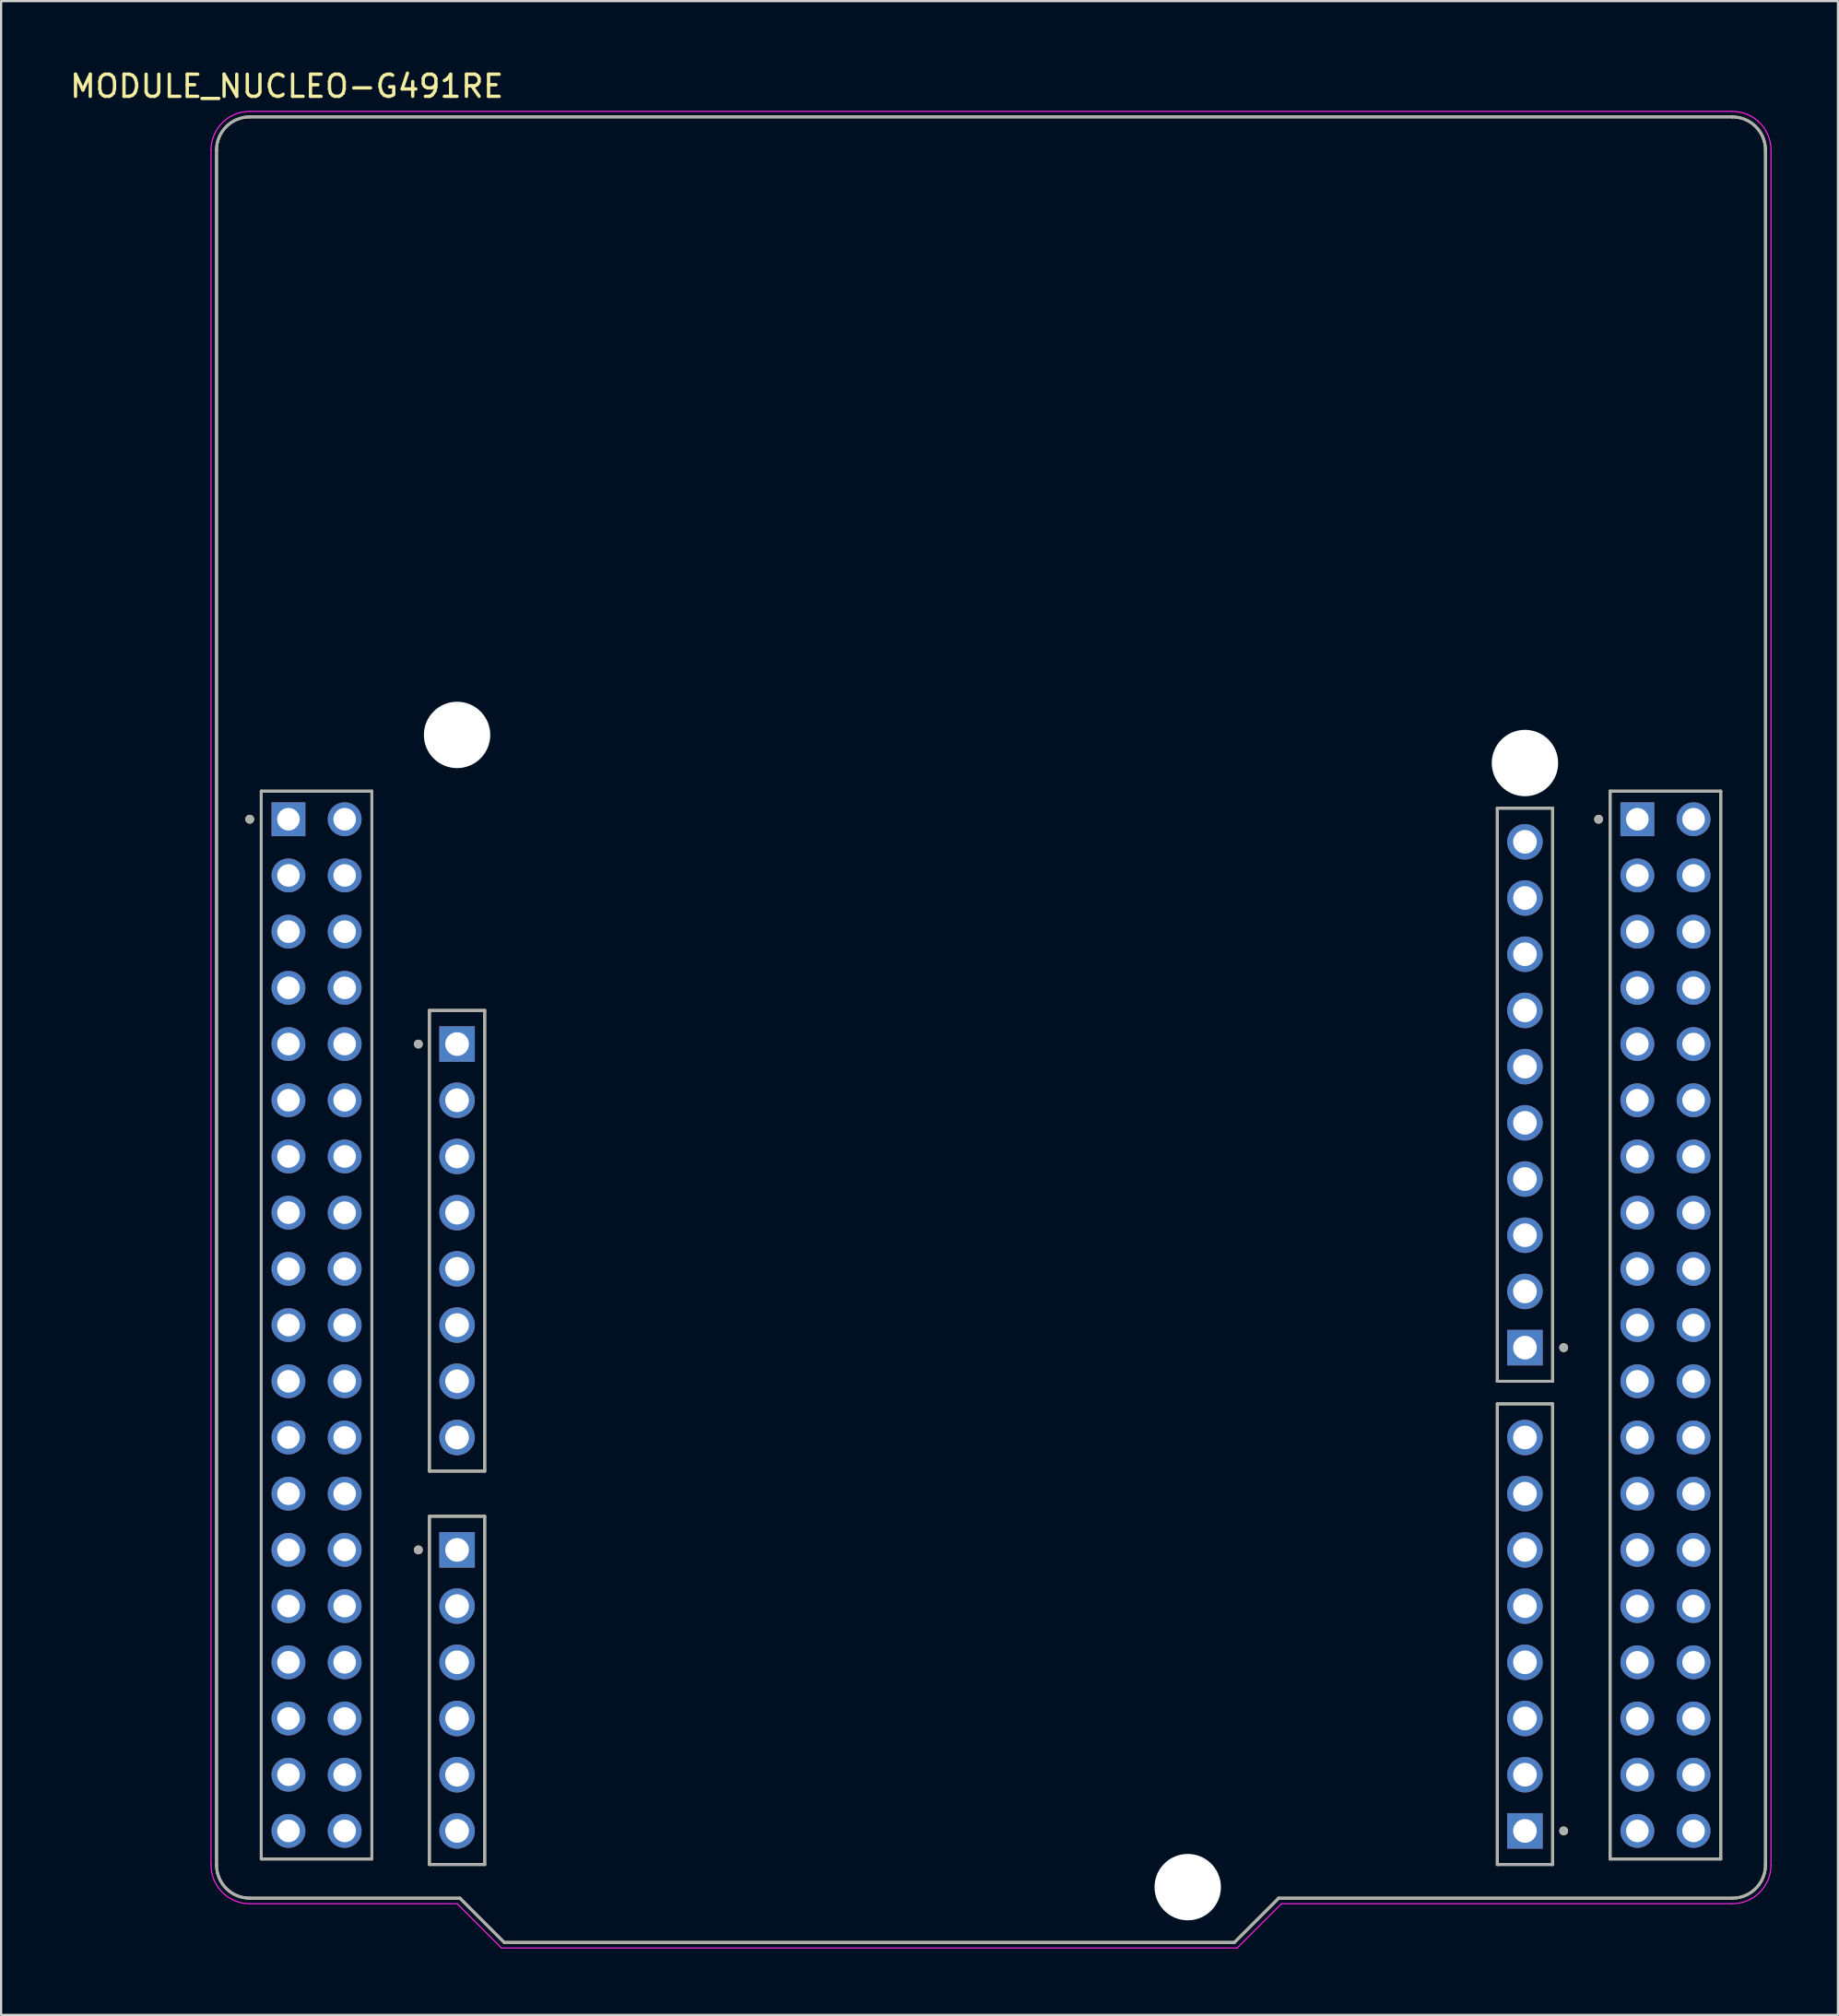
<source format=kicad_pcb>
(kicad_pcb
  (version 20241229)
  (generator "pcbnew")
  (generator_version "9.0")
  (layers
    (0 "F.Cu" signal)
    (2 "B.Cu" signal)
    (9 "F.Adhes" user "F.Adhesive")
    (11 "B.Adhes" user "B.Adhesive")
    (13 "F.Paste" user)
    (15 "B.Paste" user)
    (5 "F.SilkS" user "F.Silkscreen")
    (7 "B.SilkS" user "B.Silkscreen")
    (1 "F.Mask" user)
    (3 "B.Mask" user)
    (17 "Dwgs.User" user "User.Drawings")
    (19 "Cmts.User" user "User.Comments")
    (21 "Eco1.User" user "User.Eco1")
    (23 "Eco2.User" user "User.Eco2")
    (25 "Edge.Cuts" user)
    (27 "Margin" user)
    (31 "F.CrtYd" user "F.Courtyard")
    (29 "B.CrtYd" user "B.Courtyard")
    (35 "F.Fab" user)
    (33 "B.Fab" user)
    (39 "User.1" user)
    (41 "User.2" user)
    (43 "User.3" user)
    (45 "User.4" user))
  (footprint "MODULE_NUCLEO-G491RE"
    (layer "F.Cu")
    (at 41.736 43.483)
    (property "Reference" "MODULE_NUCLEO-G491RE" (at -31.825 -42.635 0) (layer "F.SilkS") (effects (font (size 1 1) (thickness 0.15))))
    (attr through_hole)
    (fp_line (start -35 37.75) (end -35 -39.75) (stroke (width 0.127) (type solid)) (layer "F.SilkS"))
    (fp_line (start -33.5 -41.25) (end 33.5 -41.25) (stroke (width 0.127) (type solid)) (layer "F.SilkS"))
    (fp_line (start -32.98 -10.78) (end -32.98 37.48) (stroke (width 0.127) (type solid)) (layer "F.SilkS"))
    (fp_line (start -32.98 37.48) (end -27.98 37.48) (stroke (width 0.127) (type solid)) (layer "F.SilkS"))
    (fp_line (start -27.98 -10.78) (end -32.98 -10.78) (stroke (width 0.127) (type solid)) (layer "F.SilkS"))
    (fp_line (start -27.98 37.48) (end -27.98 -10.78) (stroke (width 0.127) (type solid)) (layer "F.SilkS"))
    (fp_line (start -25.38 -0.87) (end -25.38 19.95) (stroke (width 0.127) (type solid)) (layer "F.SilkS"))
    (fp_line (start -25.38 19.95) (end -22.88 19.95) (stroke (width 0.127) (type solid)) (layer "F.SilkS"))
    (fp_line (start -25.38 21.99) (end -25.38 37.73) (stroke (width 0.127) (type solid)) (layer "F.SilkS"))
    (fp_line (start -25.38 37.73) (end -22.88 37.73) (stroke (width 0.127) (type solid)) (layer "F.SilkS"))
    (fp_line (start -24 39.25) (end -33.5 39.25) (stroke (width 0.127) (type solid)) (layer "F.SilkS"))
    (fp_line (start -22.88 -0.87) (end -25.38 -0.87) (stroke (width 0.127) (type solid)) (layer "F.SilkS"))
    (fp_line (start -22.88 19.95) (end -22.88 -0.87) (stroke (width 0.127) (type solid)) (layer "F.SilkS"))
    (fp_line (start -22.88 21.99) (end -25.38 21.99) (stroke (width 0.127) (type solid)) (layer "F.SilkS"))
    (fp_line (start -22.88 37.73) (end -22.88 21.99) (stroke (width 0.127) (type solid)) (layer "F.SilkS"))
    (fp_line (start -22 41.25) (end -24 39.25) (stroke (width 0.127) (type solid)) (layer "F.SilkS"))
    (fp_line (start 11 41.25) (end -22 41.25) (stroke (width 0.127) (type solid)) (layer "F.SilkS"))
    (fp_line (start 13 39.25) (end 11 41.25) (stroke (width 0.127) (type solid)) (layer "F.SilkS"))
    (fp_line (start 22.88 -10.01) (end 22.88 15.89) (stroke (width 0.127) (type solid)) (layer "F.SilkS"))
    (fp_line (start 22.88 15.89) (end 25.38 15.89) (stroke (width 0.127) (type solid)) (layer "F.SilkS"))
    (fp_line (start 22.88 16.91) (end 22.88 37.73) (stroke (width 0.127) (type solid)) (layer "F.SilkS"))
    (fp_line (start 22.88 37.73) (end 25.38 37.73) (stroke (width 0.127) (type solid)) (layer "F.SilkS"))
    (fp_line (start 25.38 -10.01) (end 22.88 -10.01) (stroke (width 0.127) (type solid)) (layer "F.SilkS"))
    (fp_line (start 25.38 15.89) (end 25.38 -10.01) (stroke (width 0.127) (type solid)) (layer "F.SilkS"))
    (fp_line (start 25.38 16.91) (end 22.88 16.91) (stroke (width 0.127) (type solid)) (layer "F.SilkS"))
    (fp_line (start 25.38 37.73) (end 25.38 16.91) (stroke (width 0.127) (type solid)) (layer "F.SilkS"))
    (fp_line (start 27.98 -10.78) (end 27.98 37.48) (stroke (width 0.127) (type solid)) (layer "F.SilkS"))
    (fp_line (start 27.98 37.48) (end 32.98 37.48) (stroke (width 0.127) (type solid)) (layer "F.SilkS"))
    (fp_line (start 32.98 -10.78) (end 27.98 -10.78) (stroke (width 0.127) (type solid)) (layer "F.SilkS"))
    (fp_line (start 32.98 37.48) (end 32.98 -10.78) (stroke (width 0.127) (type solid)) (layer "F.SilkS"))
    (fp_line (start 33.5 39.25) (end 13 39.25) (stroke (width 0.127) (type solid)) (layer "F.SilkS"))
    (fp_line (start 35 -39.75) (end 35 37.75) (stroke (width 0.127) (type solid)) (layer "F.SilkS"))
    (fp_arc (start -35 -39.75) (mid -34.56066 -40.81066) (end -33.5 -41.25) (stroke (width 0.127) (type solid)) (layer "F.SilkS"))
    (fp_arc (start -33.5 39.25) (mid -34.56066 38.81066) (end -35 37.75) (stroke (width 0.127) (type solid)) (layer "F.SilkS"))
    (fp_arc (start 33.5 -41.25) (mid 34.56066 -40.81066) (end 35 -39.75) (stroke (width 0.127) (type solid)) (layer "F.SilkS"))
    (fp_arc (start 35 37.75) (mid 34.56066 38.81066) (end 33.5 39.25) (stroke (width 0.127) (type solid)) (layer "F.SilkS"))
    (fp_circle (center -33.5 -9.51) (end -33.4 -9.51) (stroke (width 0.2) (type solid)) (fill no) (layer "F.SilkS"))
    (fp_circle (center -25.88 0.65) (end -25.78 0.65) (stroke (width 0.2) (type solid)) (fill no) (layer "F.SilkS"))
    (fp_circle (center -25.88 23.51) (end -25.78 23.51) (stroke (width 0.2) (type solid)) (fill no) (layer "F.SilkS"))
    (fp_circle (center 25.88 14.37) (end 25.98 14.37) (stroke (width 0.2) (type solid)) (fill no) (layer "F.SilkS"))
    (fp_circle (center 25.88 36.21) (end 25.98 36.21) (stroke (width 0.2) (type solid)) (fill no) (layer "F.SilkS"))
    (fp_circle (center 27.46 -9.51) (end 27.56 -9.51) (stroke (width 0.2) (type solid)) (fill no) (layer "F.SilkS"))
    (fp_line (start -35.25 37.75) (end -35.25 -39.75) (stroke (width 0.05) (type solid)) (layer "F.CrtYd"))
    (fp_line (start -33.5 -41.5) (end 33.5 -41.5) (stroke (width 0.05) (type solid)) (layer "F.CrtYd"))
    (fp_line (start -24.125 39.5) (end -33.5 39.5) (stroke (width 0.05) (type solid)) (layer "F.CrtYd"))
    (fp_line (start -22.125 41.5) (end -24.125 39.5) (stroke (width 0.05) (type solid)) (layer "F.CrtYd"))
    (fp_line (start 11.125 41.5) (end -22.125 41.5) (stroke (width 0.05) (type solid)) (layer "F.CrtYd"))
    (fp_line (start 13.125 39.5) (end 11.125 41.5) (stroke (width 0.05) (type solid)) (layer "F.CrtYd"))
    (fp_line (start 33.5 39.5) (end 13.125 39.5) (stroke (width 0.05) (type solid)) (layer "F.CrtYd"))
    (fp_line (start 35.25 -39.75) (end 35.25 37.75) (stroke (width 0.05) (type solid)) (layer "F.CrtYd"))
    (fp_arc (start -35.25 -39.75) (mid -34.737437 -40.987437) (end -33.5 -41.5) (stroke (width 0.05) (type solid)) (layer "F.CrtYd"))
    (fp_arc (start -33.5 39.5) (mid -34.737437 38.987437) (end -35.25 37.75) (stroke (width 0.05) (type solid)) (layer "F.CrtYd"))
    (fp_arc (start 33.5 -41.5) (mid 34.737437 -40.987437) (end 35.25 -39.75) (stroke (width 0.05) (type solid)) (layer "F.CrtYd"))
    (fp_arc (start 35.25 37.75) (mid 34.737437 38.987437) (end 33.5 39.5) (stroke (width 0.05) (type solid)) (layer "F.CrtYd"))
    (fp_line (start -35 37.75) (end -35 -39.75) (stroke (width 0.127) (type solid)) (layer "F.Fab"))
    (fp_line (start -33.5 -41.25) (end 33.5 -41.25) (stroke (width 0.127) (type solid)) (layer "F.Fab"))
    (fp_line (start -32.98 -10.78) (end -32.98 37.48) (stroke (width 0.127) (type solid)) (layer "F.Fab"))
    (fp_line (start -32.98 37.48) (end -27.98 37.48) (stroke (width 0.127) (type solid)) (layer "F.Fab"))
    (fp_line (start -27.98 -10.78) (end -32.98 -10.78) (stroke (width 0.127) (type solid)) (layer "F.Fab"))
    (fp_line (start -27.98 37.48) (end -27.98 -10.78) (stroke (width 0.127) (type solid)) (layer "F.Fab"))
    (fp_line (start -25.38 -0.87) (end -25.38 19.95) (stroke (width 0.127) (type solid)) (layer "F.Fab"))
    (fp_line (start -25.38 19.95) (end -22.88 19.95) (stroke (width 0.127) (type solid)) (layer "F.Fab"))
    (fp_line (start -25.38 21.99) (end -25.38 37.73) (stroke (width 0.127) (type solid)) (layer "F.Fab"))
    (fp_line (start -25.38 37.73) (end -22.88 37.73) (stroke (width 0.127) (type solid)) (layer "F.Fab"))
    (fp_line (start -24 39.25) (end -33.5 39.25) (stroke (width 0.127) (type solid)) (layer "F.Fab"))
    (fp_line (start -22.88 -0.87) (end -25.38 -0.87) (stroke (width 0.127) (type solid)) (layer "F.Fab"))
    (fp_line (start -22.88 19.95) (end -22.88 -0.87) (stroke (width 0.127) (type solid)) (layer "F.Fab"))
    (fp_line (start -22.88 21.99) (end -25.38 21.99) (stroke (width 0.127) (type solid)) (layer "F.Fab"))
    (fp_line (start -22.88 37.73) (end -22.88 21.99) (stroke (width 0.127) (type solid)) (layer "F.Fab"))
    (fp_line (start -22 41.25) (end -24 39.25) (stroke (width 0.127) (type solid)) (layer "F.Fab"))
    (fp_line (start 11 41.25) (end -22 41.25) (stroke (width 0.127) (type solid)) (layer "F.Fab"))
    (fp_line (start 13 39.25) (end 11 41.25) (stroke (width 0.127) (type solid)) (layer "F.Fab"))
    (fp_line (start 22.88 -10.01) (end 22.88 15.89) (stroke (width 0.127) (type solid)) (layer "F.Fab"))
    (fp_line (start 22.88 15.89) (end 25.38 15.89) (stroke (width 0.127) (type solid)) (layer "F.Fab"))
    (fp_line (start 22.88 16.91) (end 22.88 37.73) (stroke (width 0.127) (type solid)) (layer "F.Fab"))
    (fp_line (start 22.88 37.73) (end 25.38 37.73) (stroke (width 0.127) (type solid)) (layer "F.Fab"))
    (fp_line (start 25.38 -10.01) (end 22.88 -10.01) (stroke (width 0.127) (type solid)) (layer "F.Fab"))
    (fp_line (start 25.38 15.89) (end 25.38 -10.01) (stroke (width 0.127) (type solid)) (layer "F.Fab"))
    (fp_line (start 25.38 16.91) (end 22.88 16.91) (stroke (width 0.127) (type solid)) (layer "F.Fab"))
    (fp_line (start 25.38 37.73) (end 25.38 16.91) (stroke (width 0.127) (type solid)) (layer "F.Fab"))
    (fp_line (start 27.98 -10.78) (end 27.98 37.48) (stroke (width 0.127) (type solid)) (layer "F.Fab"))
    (fp_line (start 27.98 37.48) (end 32.98 37.48) (stroke (width 0.127) (type solid)) (layer "F.Fab"))
    (fp_line (start 32.98 -10.78) (end 27.98 -10.78) (stroke (width 0.127) (type solid)) (layer "F.Fab"))
    (fp_line (start 32.98 37.48) (end 32.98 -10.78) (stroke (width 0.127) (type solid)) (layer "F.Fab"))
    (fp_line (start 33.5 39.25) (end 13 39.25) (stroke (width 0.127) (type solid)) (layer "F.Fab"))
    (fp_line (start 35 -39.75) (end 35 37.75) (stroke (width 0.127) (type solid)) (layer "F.Fab"))
    (fp_arc (start -35 -39.75) (mid -34.56066 -40.81066) (end -33.5 -41.25) (stroke (width 0.127) (type solid)) (layer "F.Fab"))
    (fp_arc (start -33.5 39.25) (mid -34.56066 38.81066) (end -35 37.75) (stroke (width 0.127) (type solid)) (layer "F.Fab"))
    (fp_arc (start 33.5 -41.25) (mid 34.56066 -40.81066) (end 35 -39.75) (stroke (width 0.127) (type solid)) (layer "F.Fab"))
    (fp_arc (start 35 37.75) (mid 34.56066 38.81066) (end 33.5 39.25) (stroke (width 0.127) (type solid)) (layer "F.Fab"))
    (fp_circle (center -33.5 -9.51) (end -33.4 -9.51) (stroke (width 0.2) (type solid)) (fill no) (layer "F.Fab"))
    (fp_circle (center -25.88 0.65) (end -25.78 0.65) (stroke (width 0.2) (type solid)) (fill no) (layer "F.Fab"))
    (fp_circle (center -25.88 23.51) (end -25.78 23.51) (stroke (width 0.2) (type solid)) (fill no) (layer "F.Fab"))
    (fp_circle (center 25.88 14.37) (end 25.98 14.37) (stroke (width 0.2) (type solid)) (fill no) (layer "F.Fab"))
    (fp_circle (center 25.88 36.21) (end 25.98 36.21) (stroke (width 0.2) (type solid)) (fill no) (layer "F.Fab"))
    (fp_circle (center 27.46 -9.51) (end 27.56 -9.51) (stroke (width 0.2) (type solid)) (fill no) (layer "F.Fab"))
    (pad "" np_thru_hole circle (at -24.13 -13.32) (size 3 3) (drill 3) (layers "*.Cu" "*.Mask"))
    (pad "" np_thru_hole circle (at 8.89 38.75) (size 3 3) (drill 3) (layers "*.Cu" "*.Mask"))
    (pad "" np_thru_hole circle (at 24.13 -12.05) (size 3 3) (drill 3) (layers "*.Cu" "*.Mask"))
    (pad "CN5_1" thru_hole rect (at 24.13 14.37) (size 1.605 1.605) (drill 1.07) (layers "*.Cu" "*.Mask"))
    (pad "CN5_2" thru_hole circle (at 24.13 11.83) (size 1.605 1.605) (drill 1.07) (layers "*.Cu" "*.Mask"))
    (pad "CN5_3" thru_hole circle (at 24.13 9.29) (size 1.605 1.605) (drill 1.07) (layers "*.Cu" "*.Mask"))
    (pad "CN5_4" thru_hole circle (at 24.13 6.75) (size 1.605 1.605) (drill 1.07) (layers "*.Cu" "*.Mask"))
    (pad "CN5_5" thru_hole circle (at 24.13 4.21) (size 1.605 1.605) (drill 1.07) (layers "*.Cu" "*.Mask"))
    (pad "CN5_6" thru_hole circle (at 24.13 1.67) (size 1.605 1.605) (drill 1.07) (layers "*.Cu" "*.Mask"))
    (pad "CN5_7" thru_hole circle (at 24.13 -0.87) (size 1.605 1.605) (drill 1.07) (layers "*.Cu" "*.Mask"))
    (pad "CN5_8" thru_hole circle (at 24.13 -3.41) (size 1.605 1.605) (drill 1.07) (layers "*.Cu" "*.Mask"))
    (pad "CN5_9" thru_hole circle (at 24.13 -5.95) (size 1.605 1.605) (drill 1.07) (layers "*.Cu" "*.Mask"))
    (pad "CN5_10" thru_hole circle (at 24.13 -8.49) (size 1.605 1.605) (drill 1.07) (layers "*.Cu" "*.Mask"))
    (pad "CN6_1" thru_hole rect (at -24.13 0.65) (size 1.605 1.605) (drill 1.07) (layers "*.Cu" "*.Mask"))
    (pad "CN6_2" thru_hole circle (at -24.13 3.19) (size 1.605 1.605) (drill 1.07) (layers "*.Cu" "*.Mask"))
    (pad "CN6_3" thru_hole circle (at -24.13 5.73) (size 1.605 1.605) (drill 1.07) (layers "*.Cu" "*.Mask"))
    (pad "CN6_4" thru_hole circle (at -24.13 8.27) (size 1.605 1.605) (drill 1.07) (layers "*.Cu" "*.Mask"))
    (pad "CN6_5" thru_hole circle (at -24.13 10.81) (size 1.605 1.605) (drill 1.07) (layers "*.Cu" "*.Mask"))
    (pad "CN6_6" thru_hole circle (at -24.13 13.35) (size 1.605 1.605) (drill 1.07) (layers "*.Cu" "*.Mask"))
    (pad "CN6_7" thru_hole circle (at -24.13 15.89) (size 1.605 1.605) (drill 1.07) (layers "*.Cu" "*.Mask"))
    (pad "CN6_8" thru_hole circle (at -24.13 18.43) (size 1.605 1.605) (drill 1.07) (layers "*.Cu" "*.Mask"))
    (pad "CN7_1" thru_hole rect (at -31.75 -9.51) (size 1.53 1.53) (drill 1.02) (layers "*.Cu" "*.Mask"))
    (pad "CN7_2" thru_hole circle (at -29.21 -9.51) (size 1.53 1.53) (drill 1.02) (layers "*.Cu" "*.Mask"))
    (pad "CN7_3" thru_hole circle (at -31.75 -6.97) (size 1.53 1.53) (drill 1.02) (layers "*.Cu" "*.Mask"))
    (pad "CN7_4" thru_hole circle (at -29.21 -6.97) (size 1.53 1.53) (drill 1.02) (layers "*.Cu" "*.Mask"))
    (pad "CN7_5" thru_hole circle (at -31.75 -4.43) (size 1.53 1.53) (drill 1.02) (layers "*.Cu" "*.Mask"))
    (pad "CN7_6" thru_hole circle (at -29.21 -4.43) (size 1.53 1.53) (drill 1.02) (layers "*.Cu" "*.Mask"))
    (pad "CN7_7" thru_hole circle (at -31.75 -1.89) (size 1.53 1.53) (drill 1.02) (layers "*.Cu" "*.Mask"))
    (pad "CN7_8" thru_hole circle (at -29.21 -1.89) (size 1.53 1.53) (drill 1.02) (layers "*.Cu" "*.Mask"))
    (pad "CN7_9" thru_hole circle (at -31.75 0.65) (size 1.53 1.53) (drill 1.02) (layers "*.Cu" "*.Mask"))
    (pad "CN7_10" thru_hole circle (at -29.21 0.65) (size 1.53 1.53) (drill 1.02) (layers "*.Cu" "*.Mask"))
    (pad "CN7_11" thru_hole circle (at -31.75 3.19) (size 1.53 1.53) (drill 1.02) (layers "*.Cu" "*.Mask"))
    (pad "CN7_12" thru_hole circle (at -29.21 3.19) (size 1.53 1.53) (drill 1.02) (layers "*.Cu" "*.Mask"))
    (pad "CN7_13" thru_hole circle (at -31.75 5.73) (size 1.53 1.53) (drill 1.02) (layers "*.Cu" "*.Mask"))
    (pad "CN7_14" thru_hole circle (at -29.21 5.73) (size 1.53 1.53) (drill 1.02) (layers "*.Cu" "*.Mask"))
    (pad "CN7_15" thru_hole circle (at -31.75 8.27) (size 1.53 1.53) (drill 1.02) (layers "*.Cu" "*.Mask"))
    (pad "CN7_16" thru_hole circle (at -29.21 8.27) (size 1.53 1.53) (drill 1.02) (layers "*.Cu" "*.Mask"))
    (pad "CN7_17" thru_hole circle (at -31.75 10.81) (size 1.53 1.53) (drill 1.02) (layers "*.Cu" "*.Mask"))
    (pad "CN7_18" thru_hole circle (at -29.21 10.81) (size 1.53 1.53) (drill 1.02) (layers "*.Cu" "*.Mask"))
    (pad "CN7_19" thru_hole circle (at -31.75 13.35) (size 1.53 1.53) (drill 1.02) (layers "*.Cu" "*.Mask"))
    (pad "CN7_20" thru_hole circle (at -29.21 13.35) (size 1.53 1.53) (drill 1.02) (layers "*.Cu" "*.Mask"))
    (pad "CN7_21" thru_hole circle (at -31.75 15.89) (size 1.53 1.53) (drill 1.02) (layers "*.Cu" "*.Mask"))
    (pad "CN7_22" thru_hole circle (at -29.21 15.89) (size 1.53 1.53) (drill 1.02) (layers "*.Cu" "*.Mask"))
    (pad "CN7_23" thru_hole circle (at -31.75 18.43) (size 1.53 1.53) (drill 1.02) (layers "*.Cu" "*.Mask"))
    (pad "CN7_24" thru_hole circle (at -29.21 18.43) (size 1.53 1.53) (drill 1.02) (layers "*.Cu" "*.Mask"))
    (pad "CN7_25" thru_hole circle (at -31.75 20.97) (size 1.53 1.53) (drill 1.02) (layers "*.Cu" "*.Mask"))
    (pad "CN7_26" thru_hole circle (at -29.21 20.97) (size 1.53 1.53) (drill 1.02) (layers "*.Cu" "*.Mask"))
    (pad "CN7_27" thru_hole circle (at -31.75 23.51) (size 1.53 1.53) (drill 1.02) (layers "*.Cu" "*.Mask"))
    (pad "CN7_28" thru_hole circle (at -29.21 23.51) (size 1.53 1.53) (drill 1.02) (layers "*.Cu" "*.Mask"))
    (pad "CN7_29" thru_hole circle (at -31.75 26.05) (size 1.53 1.53) (drill 1.02) (layers "*.Cu" "*.Mask"))
    (pad "CN7_30" thru_hole circle (at -29.21 26.05) (size 1.53 1.53) (drill 1.02) (layers "*.Cu" "*.Mask"))
    (pad "CN7_31" thru_hole circle (at -31.75 28.59) (size 1.53 1.53) (drill 1.02) (layers "*.Cu" "*.Mask"))
    (pad "CN7_32" thru_hole circle (at -29.21 28.59) (size 1.53 1.53) (drill 1.02) (layers "*.Cu" "*.Mask"))
    (pad "CN7_33" thru_hole circle (at -31.75 31.13) (size 1.53 1.53) (drill 1.02) (layers "*.Cu" "*.Mask"))
    (pad "CN7_34" thru_hole circle (at -29.21 31.13) (size 1.53 1.53) (drill 1.02) (layers "*.Cu" "*.Mask"))
    (pad "CN7_35" thru_hole circle (at -31.75 33.67) (size 1.53 1.53) (drill 1.02) (layers "*.Cu" "*.Mask"))
    (pad "CN7_36" thru_hole circle (at -29.21 33.67) (size 1.53 1.53) (drill 1.02) (layers "*.Cu" "*.Mask"))
    (pad "CN7_37" thru_hole circle (at -31.75 36.21) (size 1.53 1.53) (drill 1.02) (layers "*.Cu" "*.Mask"))
    (pad "CN7_38" thru_hole circle (at -29.21 36.21) (size 1.53 1.53) (drill 1.02) (layers "*.Cu" "*.Mask"))
    (pad "CN8_1" thru_hole rect (at -24.13 23.51) (size 1.605 1.605) (drill 1.07) (layers "*.Cu" "*.Mask"))
    (pad "CN8_2" thru_hole circle (at -24.13 26.05) (size 1.605 1.605) (drill 1.07) (layers "*.Cu" "*.Mask"))
    (pad "CN8_3" thru_hole circle (at -24.13 28.59) (size 1.605 1.605) (drill 1.07) (layers "*.Cu" "*.Mask"))
    (pad "CN8_4" thru_hole circle (at -24.13 31.13) (size 1.605 1.605) (drill 1.07) (layers "*.Cu" "*.Mask"))
    (pad "CN8_5" thru_hole circle (at -24.13 33.67) (size 1.605 1.605) (drill 1.07) (layers "*.Cu" "*.Mask"))
    (pad "CN8_6" thru_hole circle (at -24.13 36.21) (size 1.605 1.605) (drill 1.07) (layers "*.Cu" "*.Mask"))
    (pad "CN9_1" thru_hole rect (at 24.13 36.21) (size 1.605 1.605) (drill 1.07) (layers "*.Cu" "*.Mask"))
    (pad "CN9_2" thru_hole circle (at 24.13 33.67) (size 1.605 1.605) (drill 1.07) (layers "*.Cu" "*.Mask"))
    (pad "CN9_3" thru_hole circle (at 24.13 31.13) (size 1.605 1.605) (drill 1.07) (layers "*.Cu" "*.Mask"))
    (pad "CN9_4" thru_hole circle (at 24.13 28.59) (size 1.605 1.605) (drill 1.07) (layers "*.Cu" "*.Mask"))
    (pad "CN9_5" thru_hole circle (at 24.13 26.05) (size 1.605 1.605) (drill 1.07) (layers "*.Cu" "*.Mask"))
    (pad "CN9_6" thru_hole circle (at 24.13 23.51) (size 1.605 1.605) (drill 1.07) (layers "*.Cu" "*.Mask"))
    (pad "CN9_7" thru_hole circle (at 24.13 20.97) (size 1.605 1.605) (drill 1.07) (layers "*.Cu" "*.Mask"))
    (pad "CN9_8" thru_hole circle (at 24.13 18.43) (size 1.605 1.605) (drill 1.07) (layers "*.Cu" "*.Mask"))
    (pad "CN10_1" thru_hole rect (at 29.21 -9.51) (size 1.53 1.53) (drill 1.02) (layers "*.Cu" "*.Mask"))
    (pad "CN10_2" thru_hole circle (at 31.75 -9.51) (size 1.53 1.53) (drill 1.02) (layers "*.Cu" "*.Mask"))
    (pad "CN10_3" thru_hole circle (at 29.21 -6.97) (size 1.53 1.53) (drill 1.02) (layers "*.Cu" "*.Mask"))
    (pad "CN10_4" thru_hole circle (at 31.75 -6.97) (size 1.53 1.53) (drill 1.02) (layers "*.Cu" "*.Mask"))
    (pad "CN10_5" thru_hole circle (at 29.21 -4.43) (size 1.53 1.53) (drill 1.02) (layers "*.Cu" "*.Mask"))
    (pad "CN10_6" thru_hole circle (at 31.75 -4.43) (size 1.53 1.53) (drill 1.02) (layers "*.Cu" "*.Mask"))
    (pad "CN10_7" thru_hole circle (at 29.21 -1.89) (size 1.53 1.53) (drill 1.02) (layers "*.Cu" "*.Mask"))
    (pad "CN10_8" thru_hole circle (at 31.75 -1.89) (size 1.53 1.53) (drill 1.02) (layers "*.Cu" "*.Mask"))
    (pad "CN10_9" thru_hole circle (at 29.21 0.65) (size 1.53 1.53) (drill 1.02) (layers "*.Cu" "*.Mask"))
    (pad "CN10_10" thru_hole circle (at 31.75 0.65) (size 1.53 1.53) (drill 1.02) (layers "*.Cu" "*.Mask"))
    (pad "CN10_11" thru_hole circle (at 29.21 3.19) (size 1.53 1.53) (drill 1.02) (layers "*.Cu" "*.Mask"))
    (pad "CN10_12" thru_hole circle (at 31.75 3.19) (size 1.53 1.53) (drill 1.02) (layers "*.Cu" "*.Mask"))
    (pad "CN10_13" thru_hole circle (at 29.21 5.73) (size 1.53 1.53) (drill 1.02) (layers "*.Cu" "*.Mask"))
    (pad "CN10_14" thru_hole circle (at 31.75 5.73) (size 1.53 1.53) (drill 1.02) (layers "*.Cu" "*.Mask"))
    (pad "CN10_15" thru_hole circle (at 29.21 8.27) (size 1.53 1.53) (drill 1.02) (layers "*.Cu" "*.Mask"))
    (pad "CN10_16" thru_hole circle (at 31.75 8.27) (size 1.53 1.53) (drill 1.02) (layers "*.Cu" "*.Mask"))
    (pad "CN10_17" thru_hole circle (at 29.21 10.81) (size 1.53 1.53) (drill 1.02) (layers "*.Cu" "*.Mask"))
    (pad "CN10_18" thru_hole circle (at 31.75 10.81) (size 1.53 1.53) (drill 1.02) (layers "*.Cu" "*.Mask"))
    (pad "CN10_19" thru_hole circle (at 29.21 13.35) (size 1.53 1.53) (drill 1.02) (layers "*.Cu" "*.Mask"))
    (pad "CN10_20" thru_hole circle (at 31.75 13.35) (size 1.53 1.53) (drill 1.02) (layers "*.Cu" "*.Mask"))
    (pad "CN10_21" thru_hole circle (at 29.21 15.89) (size 1.53 1.53) (drill 1.02) (layers "*.Cu" "*.Mask"))
    (pad "CN10_22" thru_hole circle (at 31.75 15.89) (size 1.53 1.53) (drill 1.02) (layers "*.Cu" "*.Mask"))
    (pad "CN10_23" thru_hole circle (at 29.21 18.43) (size 1.53 1.53) (drill 1.02) (layers "*.Cu" "*.Mask"))
    (pad "CN10_24" thru_hole circle (at 31.75 18.43) (size 1.53 1.53) (drill 1.02) (layers "*.Cu" "*.Mask"))
    (pad "CN10_25" thru_hole circle (at 29.21 20.97) (size 1.53 1.53) (drill 1.02) (layers "*.Cu" "*.Mask"))
    (pad "CN10_26" thru_hole circle (at 31.75 20.97) (size 1.53 1.53) (drill 1.02) (layers "*.Cu" "*.Mask"))
    (pad "CN10_27" thru_hole circle (at 29.21 23.51) (size 1.53 1.53) (drill 1.02) (layers "*.Cu" "*.Mask"))
    (pad "CN10_28" thru_hole circle (at 31.75 23.51) (size 1.53 1.53) (drill 1.02) (layers "*.Cu" "*.Mask"))
    (pad "CN10_29" thru_hole circle (at 29.21 26.05) (size 1.53 1.53) (drill 1.02) (layers "*.Cu" "*.Mask"))
    (pad "CN10_30" thru_hole circle (at 31.75 26.05) (size 1.53 1.53) (drill 1.02) (layers "*.Cu" "*.Mask"))
    (pad "CN10_31" thru_hole circle (at 29.21 28.59) (size 1.53 1.53) (drill 1.02) (layers "*.Cu" "*.Mask"))
    (pad "CN10_32" thru_hole circle (at 31.75 28.59) (size 1.53 1.53) (drill 1.02) (layers "*.Cu" "*.Mask"))
    (pad "CN10_33" thru_hole circle (at 29.21 31.13) (size 1.53 1.53) (drill 1.02) (layers "*.Cu" "*.Mask"))
    (pad "CN10_34" thru_hole circle (at 31.75 31.13) (size 1.53 1.53) (drill 1.02) (layers "*.Cu" "*.Mask"))
    (pad "CN10_35" thru_hole circle (at 29.21 33.67) (size 1.53 1.53) (drill 1.02) (layers "*.Cu" "*.Mask"))
    (pad "CN10_36" thru_hole circle (at 31.75 33.67) (size 1.53 1.53) (drill 1.02) (layers "*.Cu" "*.Mask"))
    (pad "CN10_37" thru_hole circle (at 29.21 36.21) (size 1.53 1.53) (drill 1.02) (layers "*.Cu" "*.Mask"))
    (pad "CN10_38" thru_hole circle (at 31.75 36.21) (size 1.53 1.53) (drill 1.02) (layers "*.Cu" "*.Mask")))
  (gr_rect
    (start -3 -3)
    (end 80.011 88.008)
    (stroke (width 0.1) (type default))
    (fill no)
    (layer "Edge.Cuts")))
</source>
